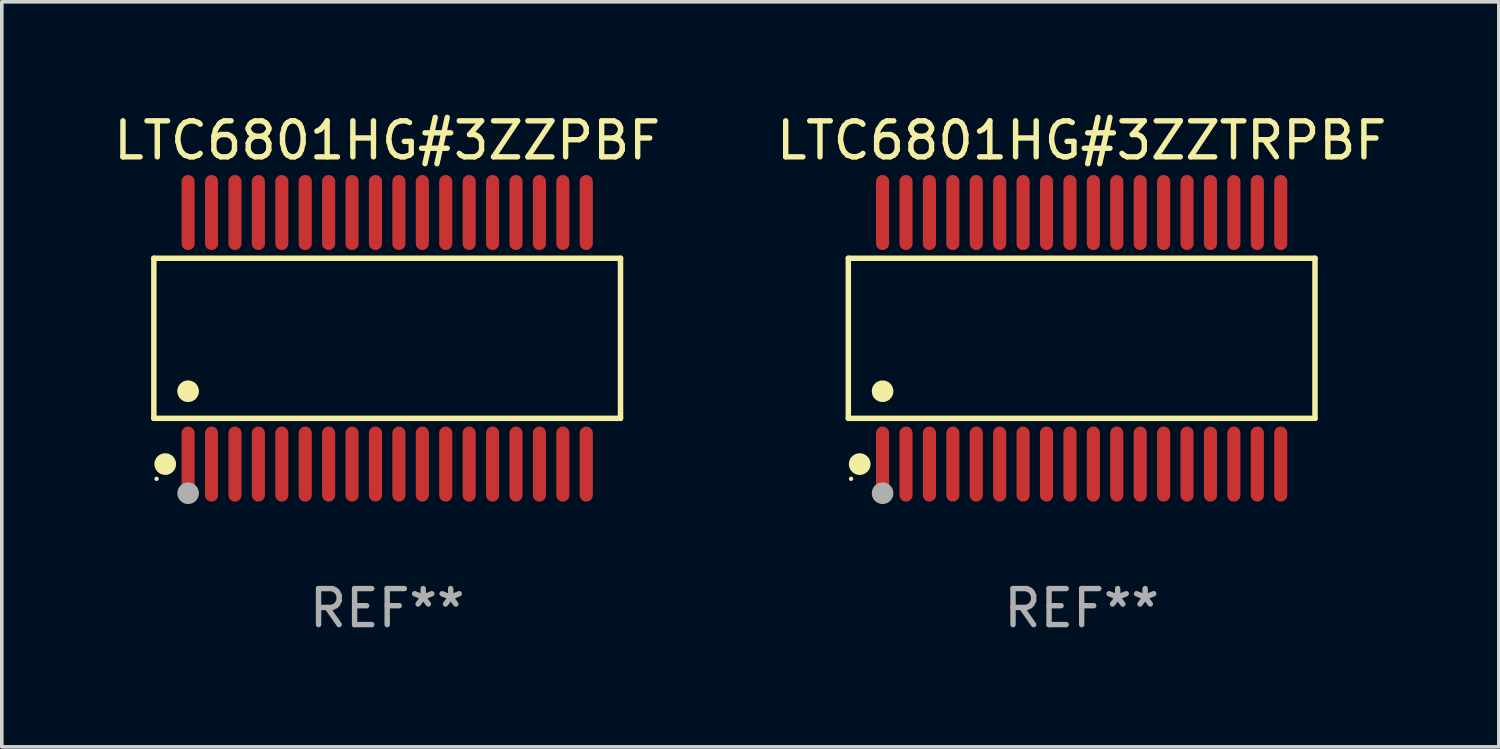
<source format=kicad_pcb>
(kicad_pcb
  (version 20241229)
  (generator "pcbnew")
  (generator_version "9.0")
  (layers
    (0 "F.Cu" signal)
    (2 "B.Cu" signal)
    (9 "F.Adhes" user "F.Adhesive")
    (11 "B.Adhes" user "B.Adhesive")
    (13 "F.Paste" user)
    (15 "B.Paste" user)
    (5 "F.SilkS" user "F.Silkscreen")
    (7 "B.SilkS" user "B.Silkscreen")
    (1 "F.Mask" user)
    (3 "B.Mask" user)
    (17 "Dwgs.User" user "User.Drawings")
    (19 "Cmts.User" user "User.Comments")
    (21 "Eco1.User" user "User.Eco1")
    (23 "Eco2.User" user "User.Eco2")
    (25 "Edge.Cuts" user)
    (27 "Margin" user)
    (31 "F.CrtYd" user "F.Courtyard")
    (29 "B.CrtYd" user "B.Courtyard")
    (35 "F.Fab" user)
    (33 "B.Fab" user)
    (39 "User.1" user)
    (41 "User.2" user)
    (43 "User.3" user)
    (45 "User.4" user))
  (footprint "LTC6801HG#3ZZPBF"
    (layer "F.Cu")
    (at 7.696 6.339)
    (property "Reference" "LTC6801HG#3ZZPBF" (at 0 -5.491 0) (layer "F.SilkS") (effects (font (size 1 1) (thickness 0.15))))
    (attr through_hole)
    (fp_line (start -6.476 -2.221) (end 6.476 -2.221) (stroke (width 0.152) (type solid)) (layer "F.SilkS"))
    (fp_line (start -6.476 2.221) (end -6.476 -2.221) (stroke (width 0.152) (type solid)) (layer "F.SilkS"))
    (fp_line (start 6.476 -2.221) (end 6.476 2.221) (stroke (width 0.152) (type solid)) (layer "F.SilkS"))
    (fp_line (start 6.476 2.221) (end -6.476 2.221) (stroke (width 0.152) (type solid)) (layer "F.SilkS"))
    (fp_circle (center -6.4 3.9) (end -6.37 3.9) (stroke (width 0.06) (type solid)) (fill no) (layer "F.SilkS"))
    (fp_circle (center -6.16 3.491) (end -6.009 3.491) (stroke (width 0.3) (type solid)) (fill no) (layer "F.SilkS"))
    (fp_circle (center -5.525 1.469) (end -5.375 1.469) (stroke (width 0.3) (type solid)) (fill no) (layer "F.SilkS"))
    (fp_circle (center -5.525 4.3) (end -5.375 4.3) (stroke (width 0.3) (type solid)) (fill no) (layer "F.Fab"))
    (fp_text user "REF**" (at 0 7.491 0) (layer "F.Fab") (effects (font (size 1 1) (thickness 0.15))))
    (pad "1" smd oval (at -5.525 3.491) (size 0.364 2.082) (layers "F.Cu" "F.Mask" "F.Paste"))
    (pad "2" smd oval (at -4.875 3.491) (size 0.364 2.082) (layers "F.Cu" "F.Mask" "F.Paste"))
    (pad "3" smd oval (at -4.225 3.491) (size 0.364 2.082) (layers "F.Cu" "F.Mask" "F.Paste"))
    (pad "4" smd oval (at -3.575 3.491) (size 0.364 2.082) (layers "F.Cu" "F.Mask" "F.Paste"))
    (pad "5" smd oval (at -2.925 3.491) (size 0.364 2.082) (layers "F.Cu" "F.Mask" "F.Paste"))
    (pad "6" smd oval (at -2.275 3.491) (size 0.364 2.082) (layers "F.Cu" "F.Mask" "F.Paste"))
    (pad "7" smd oval (at -1.625 3.491) (size 0.364 2.082) (layers "F.Cu" "F.Mask" "F.Paste"))
    (pad "8" smd oval (at -0.975 3.491) (size 0.364 2.082) (layers "F.Cu" "F.Mask" "F.Paste"))
    (pad "9" smd oval (at -0.325 3.491) (size 0.364 2.082) (layers "F.Cu" "F.Mask" "F.Paste"))
    (pad "10" smd oval (at 0.325 3.491) (size 0.364 2.082) (layers "F.Cu" "F.Mask" "F.Paste"))
    (pad "11" smd oval (at 0.975 3.491) (size 0.364 2.082) (layers "F.Cu" "F.Mask" "F.Paste"))
    (pad "12" smd oval (at 1.625 3.491) (size 0.364 2.082) (layers "F.Cu" "F.Mask" "F.Paste"))
    (pad "13" smd oval (at 2.275 3.491) (size 0.364 2.082) (layers "F.Cu" "F.Mask" "F.Paste"))
    (pad "14" smd oval (at 2.925 3.491) (size 0.364 2.082) (layers "F.Cu" "F.Mask" "F.Paste"))
    (pad "15" smd oval (at 3.575 3.491) (size 0.364 2.082) (layers "F.Cu" "F.Mask" "F.Paste"))
    (pad "16" smd oval (at 4.225 3.491) (size 0.364 2.082) (layers "F.Cu" "F.Mask" "F.Paste"))
    (pad "17" smd oval (at 4.875 3.491) (size 0.364 2.082) (layers "F.Cu" "F.Mask" "F.Paste"))
    (pad "18" smd oval (at 5.525 3.491) (size 0.364 2.082) (layers "F.Cu" "F.Mask" "F.Paste"))
    (pad "19" smd oval (at 5.525 -3.491) (size 0.364 2.082) (layers "F.Cu" "F.Mask" "F.Paste"))
    (pad "20" smd oval (at 4.875 -3.491) (size 0.364 2.082) (layers "F.Cu" "F.Mask" "F.Paste"))
    (pad "21" smd oval (at 4.225 -3.491) (size 0.364 2.082) (layers "F.Cu" "F.Mask" "F.Paste"))
    (pad "22" smd oval (at 3.575 -3.491) (size 0.364 2.082) (layers "F.Cu" "F.Mask" "F.Paste"))
    (pad "23" smd oval (at 2.925 -3.491) (size 0.364 2.082) (layers "F.Cu" "F.Mask" "F.Paste"))
    (pad "24" smd oval (at 2.275 -3.491) (size 0.364 2.082) (layers "F.Cu" "F.Mask" "F.Paste"))
    (pad "25" smd oval (at 1.625 -3.491) (size 0.364 2.082) (layers "F.Cu" "F.Mask" "F.Paste"))
    (pad "26" smd oval (at 0.975 -3.491) (size 0.364 2.082) (layers "F.Cu" "F.Mask" "F.Paste"))
    (pad "27" smd oval (at 0.325 -3.491) (size 0.364 2.082) (layers "F.Cu" "F.Mask" "F.Paste"))
    (pad "28" smd oval (at -0.325 -3.491) (size 0.364 2.082) (layers "F.Cu" "F.Mask" "F.Paste"))
    (pad "29" smd oval (at -0.975 -3.491) (size 0.364 2.082) (layers "F.Cu" "F.Mask" "F.Paste"))
    (pad "30" smd oval (at -1.625 -3.491) (size 0.364 2.082) (layers "F.Cu" "F.Mask" "F.Paste"))
    (pad "31" smd oval (at -2.275 -3.491) (size 0.364 2.082) (layers "F.Cu" "F.Mask" "F.Paste"))
    (pad "32" smd oval (at -2.925 -3.491) (size 0.364 2.082) (layers "F.Cu" "F.Mask" "F.Paste"))
    (pad "33" smd oval (at -3.575 -3.491) (size 0.364 2.082) (layers "F.Cu" "F.Mask" "F.Paste"))
    (pad "34" smd oval (at -4.225 -3.491) (size 0.364 2.082) (layers "F.Cu" "F.Mask" "F.Paste"))
    (pad "35" smd oval (at -4.875 -3.491) (size 0.364 2.082) (layers "F.Cu" "F.Mask" "F.Paste"))
    (pad "36" smd oval (at -5.525 -3.491) (size 0.364 2.082) (layers "F.Cu" "F.Mask" "F.Paste")))
  (footprint "LTC6801HG#3ZZTRPBF"
    (layer "F.Cu")
    (at 26.97 6.339)
    (property "Reference" "LTC6801HG#3ZZTRPBF" (at 0 -5.491 0) (layer "F.SilkS") (effects (font (size 1 1) (thickness 0.15))))
    (attr through_hole)
    (fp_line (start -6.476 -2.221) (end 6.476 -2.221) (stroke (width 0.152) (type solid)) (layer "F.SilkS"))
    (fp_line (start -6.476 2.221) (end -6.476 -2.221) (stroke (width 0.152) (type solid)) (layer "F.SilkS"))
    (fp_line (start 6.476 -2.221) (end 6.476 2.221) (stroke (width 0.152) (type solid)) (layer "F.SilkS"))
    (fp_line (start 6.476 2.221) (end -6.476 2.221) (stroke (width 0.152) (type solid)) (layer "F.SilkS"))
    (fp_circle (center -6.4 3.9) (end -6.37 3.9) (stroke (width 0.06) (type solid)) (fill no) (layer "F.SilkS"))
    (fp_circle (center -6.16 3.491) (end -6.009 3.491) (stroke (width 0.3) (type solid)) (fill no) (layer "F.SilkS"))
    (fp_circle (center -5.525 1.469) (end -5.375 1.469) (stroke (width 0.3) (type solid)) (fill no) (layer "F.SilkS"))
    (fp_circle (center -5.525 4.3) (end -5.375 4.3) (stroke (width 0.3) (type solid)) (fill no) (layer "F.Fab"))
    (fp_text user "REF**" (at 0 7.491 0) (layer "F.Fab") (effects (font (size 1 1) (thickness 0.15))))
    (pad "1" smd oval (at -5.525 3.491) (size 0.364 2.082) (layers "F.Cu" "F.Mask" "F.Paste"))
    (pad "2" smd oval (at -4.875 3.491) (size 0.364 2.082) (layers "F.Cu" "F.Mask" "F.Paste"))
    (pad "3" smd oval (at -4.225 3.491) (size 0.364 2.082) (layers "F.Cu" "F.Mask" "F.Paste"))
    (pad "4" smd oval (at -3.575 3.491) (size 0.364 2.082) (layers "F.Cu" "F.Mask" "F.Paste"))
    (pad "5" smd oval (at -2.925 3.491) (size 0.364 2.082) (layers "F.Cu" "F.Mask" "F.Paste"))
    (pad "6" smd oval (at -2.275 3.491) (size 0.364 2.082) (layers "F.Cu" "F.Mask" "F.Paste"))
    (pad "7" smd oval (at -1.625 3.491) (size 0.364 2.082) (layers "F.Cu" "F.Mask" "F.Paste"))
    (pad "8" smd oval (at -0.975 3.491) (size 0.364 2.082) (layers "F.Cu" "F.Mask" "F.Paste"))
    (pad "9" smd oval (at -0.325 3.491) (size 0.364 2.082) (layers "F.Cu" "F.Mask" "F.Paste"))
    (pad "10" smd oval (at 0.325 3.491) (size 0.364 2.082) (layers "F.Cu" "F.Mask" "F.Paste"))
    (pad "11" smd oval (at 0.975 3.491) (size 0.364 2.082) (layers "F.Cu" "F.Mask" "F.Paste"))
    (pad "12" smd oval (at 1.625 3.491) (size 0.364 2.082) (layers "F.Cu" "F.Mask" "F.Paste"))
    (pad "13" smd oval (at 2.275 3.491) (size 0.364 2.082) (layers "F.Cu" "F.Mask" "F.Paste"))
    (pad "14" smd oval (at 2.925 3.491) (size 0.364 2.082) (layers "F.Cu" "F.Mask" "F.Paste"))
    (pad "15" smd oval (at 3.575 3.491) (size 0.364 2.082) (layers "F.Cu" "F.Mask" "F.Paste"))
    (pad "16" smd oval (at 4.225 3.491) (size 0.364 2.082) (layers "F.Cu" "F.Mask" "F.Paste"))
    (pad "17" smd oval (at 4.875 3.491) (size 0.364 2.082) (layers "F.Cu" "F.Mask" "F.Paste"))
    (pad "18" smd oval (at 5.525 3.491) (size 0.364 2.082) (layers "F.Cu" "F.Mask" "F.Paste"))
    (pad "19" smd oval (at 5.525 -3.491) (size 0.364 2.082) (layers "F.Cu" "F.Mask" "F.Paste"))
    (pad "20" smd oval (at 4.875 -3.491) (size 0.364 2.082) (layers "F.Cu" "F.Mask" "F.Paste"))
    (pad "21" smd oval (at 4.225 -3.491) (size 0.364 2.082) (layers "F.Cu" "F.Mask" "F.Paste"))
    (pad "22" smd oval (at 3.575 -3.491) (size 0.364 2.082) (layers "F.Cu" "F.Mask" "F.Paste"))
    (pad "23" smd oval (at 2.925 -3.491) (size 0.364 2.082) (layers "F.Cu" "F.Mask" "F.Paste"))
    (pad "24" smd oval (at 2.275 -3.491) (size 0.364 2.082) (layers "F.Cu" "F.Mask" "F.Paste"))
    (pad "25" smd oval (at 1.625 -3.491) (size 0.364 2.082) (layers "F.Cu" "F.Mask" "F.Paste"))
    (pad "26" smd oval (at 0.975 -3.491) (size 0.364 2.082) (layers "F.Cu" "F.Mask" "F.Paste"))
    (pad "27" smd oval (at 0.325 -3.491) (size 0.364 2.082) (layers "F.Cu" "F.Mask" "F.Paste"))
    (pad "28" smd oval (at -0.325 -3.491) (size 0.364 2.082) (layers "F.Cu" "F.Mask" "F.Paste"))
    (pad "29" smd oval (at -0.975 -3.491) (size 0.364 2.082) (layers "F.Cu" "F.Mask" "F.Paste"))
    (pad "30" smd oval (at -1.625 -3.491) (size 0.364 2.082) (layers "F.Cu" "F.Mask" "F.Paste"))
    (pad "31" smd oval (at -2.275 -3.491) (size 0.364 2.082) (layers "F.Cu" "F.Mask" "F.Paste"))
    (pad "32" smd oval (at -2.925 -3.491) (size 0.364 2.082) (layers "F.Cu" "F.Mask" "F.Paste"))
    (pad "33" smd oval (at -3.575 -3.491) (size 0.364 2.082) (layers "F.Cu" "F.Mask" "F.Paste"))
    (pad "34" smd oval (at -4.225 -3.491) (size 0.364 2.082) (layers "F.Cu" "F.Mask" "F.Paste"))
    (pad "35" smd oval (at -4.875 -3.491) (size 0.364 2.082) (layers "F.Cu" "F.Mask" "F.Paste"))
    (pad "36" smd oval (at -5.525 -3.491) (size 0.364 2.082) (layers "F.Cu" "F.Mask" "F.Paste")))
  (gr_rect
    (start -3 -3)
    (end 38.548 17.678)
    (stroke (width 0.1) (type default))
    (fill no)
    (layer "Edge.Cuts")))
</source>
